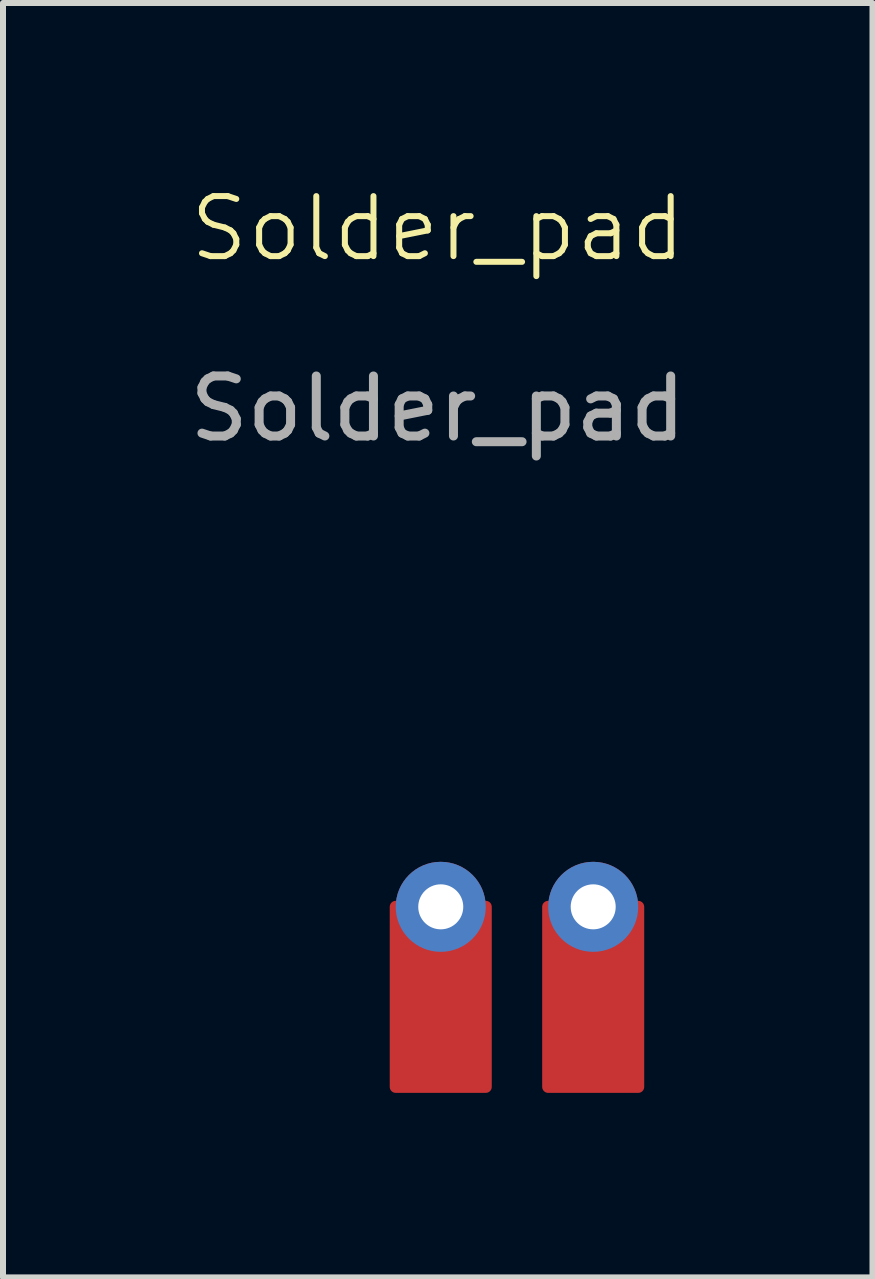
<source format=kicad_pcb>
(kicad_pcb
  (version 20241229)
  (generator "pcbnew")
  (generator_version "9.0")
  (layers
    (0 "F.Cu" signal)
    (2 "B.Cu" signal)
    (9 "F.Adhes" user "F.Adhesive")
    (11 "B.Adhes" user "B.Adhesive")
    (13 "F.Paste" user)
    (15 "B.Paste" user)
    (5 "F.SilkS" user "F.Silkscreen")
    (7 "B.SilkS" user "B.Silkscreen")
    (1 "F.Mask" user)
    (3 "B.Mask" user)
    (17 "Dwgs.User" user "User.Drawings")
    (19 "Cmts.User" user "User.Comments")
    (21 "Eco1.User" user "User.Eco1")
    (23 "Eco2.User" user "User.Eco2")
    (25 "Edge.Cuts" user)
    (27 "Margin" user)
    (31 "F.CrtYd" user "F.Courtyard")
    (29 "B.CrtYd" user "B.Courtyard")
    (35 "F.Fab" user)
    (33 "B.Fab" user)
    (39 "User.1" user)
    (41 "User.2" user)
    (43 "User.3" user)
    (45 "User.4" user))
  (footprint "Solder_pad"
    (layer "F.Cu")
    (at 4.294 12.06)
    (property "Reference" "Solder_pad" (at -0.05 -11.3 0) (unlocked yes) (layer "F.SilkS") (effects (font (size 1 1) (thickness 0.1))))
    (attr through_hole)
    (fp_rect (start -0.75 0) (end 0.75 3) (stroke (width 0.2) (type solid)) (fill yes) (layer "F.Cu"))
    (fp_rect (start 1.79 0) (end 3.29 3) (stroke (width 0.2) (type solid)) (fill yes) (layer "F.Cu"))
    (fp_rect (start -0.85 -0.1) (end 0.85 3.125) (stroke (width 0.1) (type solid)) (fill yes) (layer "F.Mask"))
    (fp_rect (start 1.69 -0.1) (end 3.39 3.125) (stroke (width 0.1) (type solid)) (fill yes) (layer "F.Mask"))
    (fp_circle (center 0 0) (end 0.76 0) (stroke (width 0.1) (type solid)) (fill yes) (layer "F.Mask"))
    (fp_circle (center 2.54 0) (end 3.3 0) (stroke (width 0.1) (type solid)) (fill yes) (layer "F.Mask"))
    (fp_text user "${REFERENCE}" (at -0.05 -8.3 0) (unlocked yes) (layer "F.Fab") (effects (font (size 1 1) (thickness 0.15))))
    (pad "1" thru_hole circle (at 0 0) (size 1.5 1.5) (drill 0.75) (layers "*.Cu" "*.Mask"))
    (pad "2" thru_hole circle (at 2.54 0) (size 1.5 1.5) (drill 0.75) (layers "*.Cu" "*.Mask")))
  (gr_rect
    (start -3 -3)
    (end 11.488 18.235)
    (stroke (width 0.1) (type default))
    (fill no)
    (layer "Edge.Cuts")))
</source>
